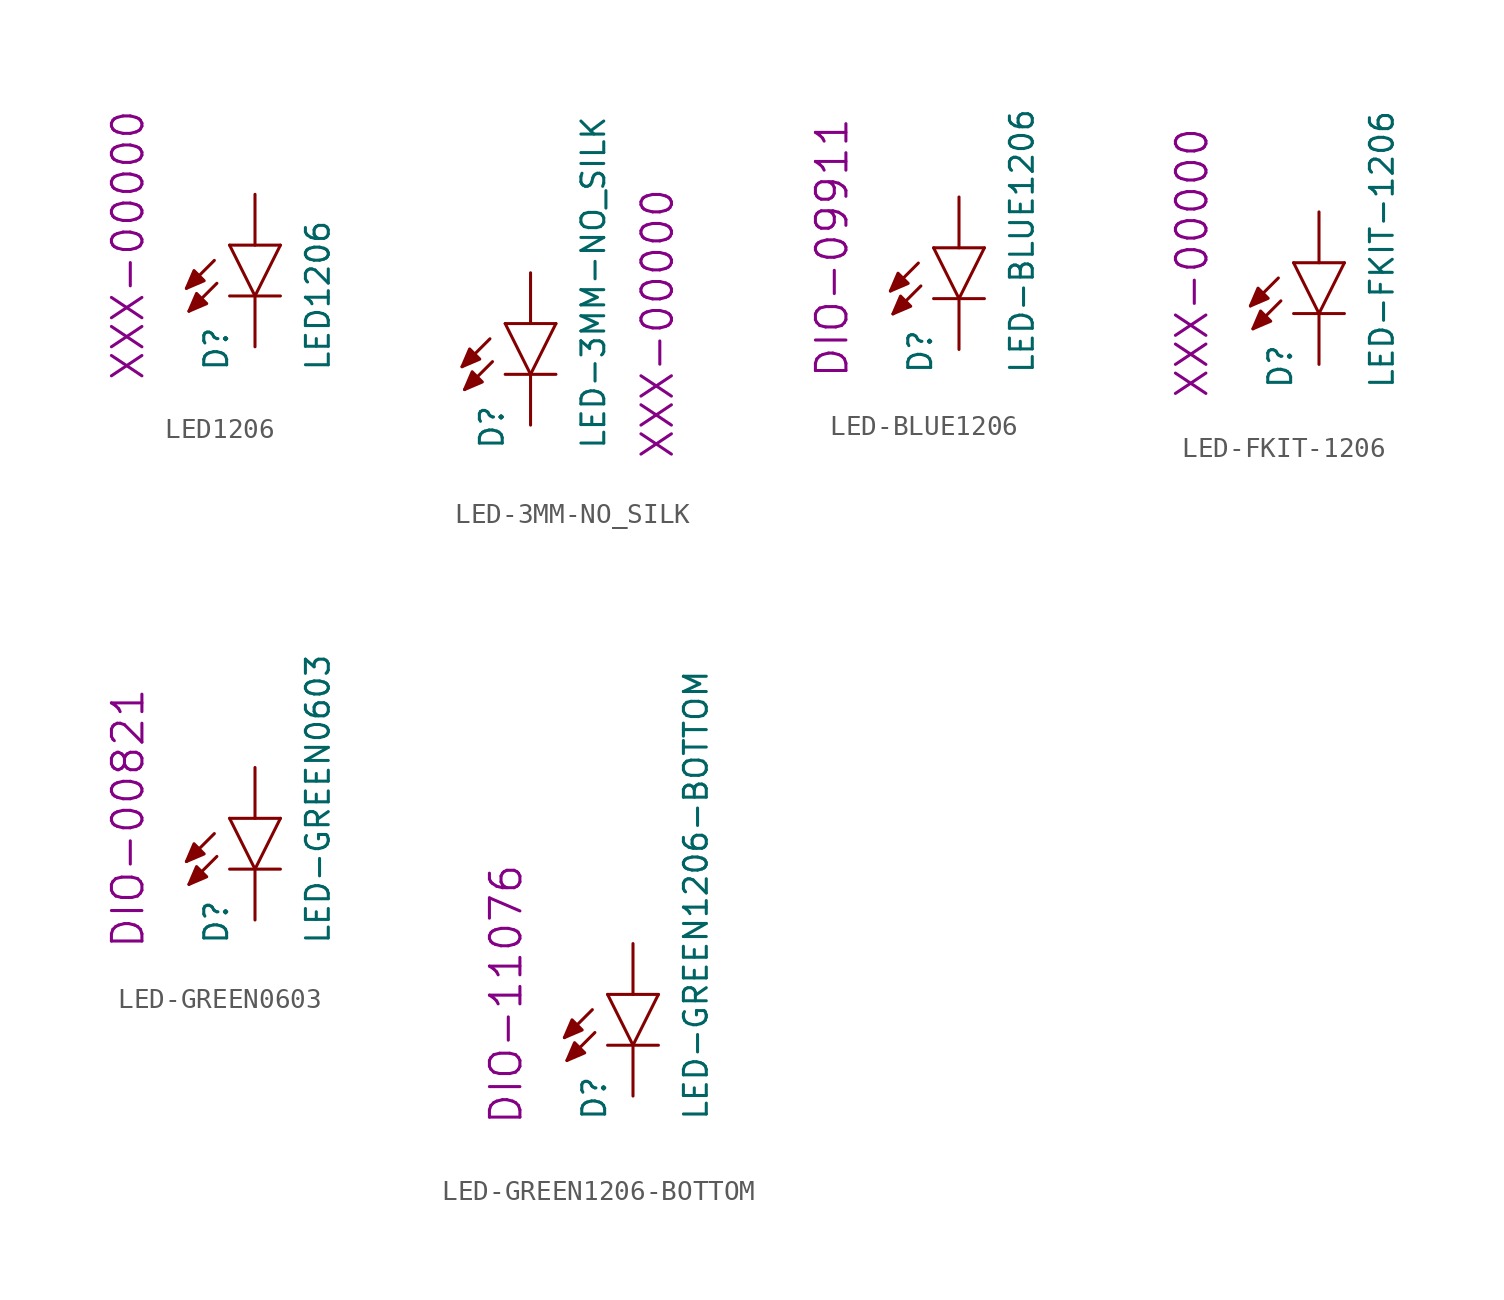
<source format=kicad_sym>
(kicad_symbol_lib
  (version 20211014)
  (generator kicad_symbol_editor)
  (symbol "LED1206"
    (pin_numbers hide)
    (pin_names
      (offset 1.016) hide)
    (property "Reference" "D"
      (at -1.27 -6.35 90)
      (effects (font (size 1.143 1.143)) (justify left bottom)))
    (property "Value" "LED1206"
      (at 3.81 -6.35 90)
      (effects (font (size 1.143 1.143)) (justify left bottom)))
    (property "Field4" "XXX-00000"
      (at -6.35 0 90)
      (effects (font (size 1.524 1.524))))
    (property "ki_locked" ""
      (at 0 0 0)
      (effects (font (size 1.27 1.27))))
    (symbol "LED1206_1_0"
      (polyline (pts (xy -2.032 -0.762) (xy -3.429 -2.159)) (stroke (width 0) (type default) (color 0 0 0 0)) (fill (type none)))
      (polyline (pts (xy -1.905 -1.905) (xy -3.302 -3.302)) (stroke (width 0) (type default) (color 0 0 0 0)) (fill (type none)))
      (polyline (pts (xy 0 -2.54) (xy -1.27 -2.54)) (stroke (width 0) (type default) (color 0 0 0 0)) (fill (type none)))
      (polyline (pts (xy 0 -2.54) (xy -1.27 0)) (stroke (width 0) (type default) (color 0 0 0 0)) (fill (type none)))
      (polyline (pts (xy 1.27 -2.54) (xy 0 -2.54)) (stroke (width 0) (type default) (color 0 0 0 0)) (fill (type none)))
      (polyline (pts (xy 1.27 0) (xy -1.27 0)) (stroke (width 0) (type default) (color 0 0 0 0)) (fill (type none)))
      (polyline (pts (xy 1.27 0) (xy 0 -2.54)) (stroke (width 0) (type default) (color 0 0 0 0)) (fill (type none))))
    (symbol "LED1206_1_1"
      (polyline (pts (xy -3.429 -2.159) (xy -3.048 -1.27) (xy -3.048 -1.27) (xy -2.54 -1.778) (xy -2.54 -1.778) (xy -3.429 -2.159)) (stroke (width 0) (type default) (color 0 0 0 0)) (fill (type outline)))
      (polyline (pts (xy -3.302 -3.302) (xy -2.921 -2.413) (xy -2.921 -2.413) (xy -2.413 -2.921) (xy -2.413 -2.921) (xy -3.302 -3.302)) (stroke (width 0) (type default) (color 0 0 0 0)) (fill (type outline)))
      (pin passive line (at 0 2.54 270) (length 2.54) (name "A" (effects (font (size 1.016 1.016)))) (number "A" (effects (font (size 1.016 1.016)))))
      (pin passive line (at 0 -5.08 90) (length 2.54) (name "C" (effects (font (size 1.016 1.016)))) (number "C" (effects (font (size 1.016 1.016)))))))
  (symbol "LED-3MM-NO_SILK"
    (pin_numbers hide)
    (pin_names
      (offset 1.016) hide)
    (property "Reference" "D"
      (at -1.27 -6.35 90)
      (effects (font (size 1.143 1.143)) (justify left bottom)))
    (property "Value" "LED-3MM-NO_SILK"
      (at 3.81 -6.35 90)
      (effects (font (size 1.143 1.143)) (justify left bottom)))
    (property "Field4" "XXX-00000"
      (at 6.35 0 90)
      (effects (font (size 1.524 1.524))))
    (property "ki_locked" ""
      (at 0 0 0)
      (effects (font (size 1.27 1.27))))
    (symbol "LED-3MM-NO_SILK_1_0"
      (polyline (pts (xy -2.032 -0.762) (xy -3.429 -2.159)) (stroke (width 0) (type default) (color 0 0 0 0)) (fill (type none)))
      (polyline (pts (xy -1.905 -1.905) (xy -3.302 -3.302)) (stroke (width 0) (type default) (color 0 0 0 0)) (fill (type none)))
      (polyline (pts (xy 0 -2.54) (xy -1.27 -2.54)) (stroke (width 0) (type default) (color 0 0 0 0)) (fill (type none)))
      (polyline (pts (xy 0 -2.54) (xy -1.27 0)) (stroke (width 0) (type default) (color 0 0 0 0)) (fill (type none)))
      (polyline (pts (xy 1.27 -2.54) (xy 0 -2.54)) (stroke (width 0) (type default) (color 0 0 0 0)) (fill (type none)))
      (polyline (pts (xy 1.27 0) (xy -1.27 0)) (stroke (width 0) (type default) (color 0 0 0 0)) (fill (type none)))
      (polyline (pts (xy 1.27 0) (xy 0 -2.54)) (stroke (width 0) (type default) (color 0 0 0 0)) (fill (type none))))
    (symbol "LED-3MM-NO_SILK_1_1"
      (polyline (pts (xy -3.429 -2.159) (xy -3.048 -1.27) (xy -3.048 -1.27) (xy -2.54 -1.778) (xy -2.54 -1.778) (xy -3.429 -2.159)) (stroke (width 0) (type default) (color 0 0 0 0)) (fill (type outline)))
      (polyline (pts (xy -3.302 -3.302) (xy -2.921 -2.413) (xy -2.921 -2.413) (xy -2.413 -2.921) (xy -2.413 -2.921) (xy -3.302 -3.302)) (stroke (width 0) (type default) (color 0 0 0 0)) (fill (type outline)))
      (pin passive line (at 0 2.54 270) (length 2.54) (name "A" (effects (font (size 1.016 1.016)))) (number "A" (effects (font (size 1.016 1.016)))))
      (pin passive line (at 0 -5.08 90) (length 2.54) (name "C" (effects (font (size 1.016 1.016)))) (number "K" (effects (font (size 1.016 1.016)))))))
  (symbol "LED-BLUE1206"
    (pin_numbers hide)
    (pin_names
      (offset 1.016) hide)
    (property "Reference" "D"
      (at -1.27 -6.35 90)
      (effects (font (size 1.143 1.143)) (justify left bottom)))
    (property "Value" "LED-BLUE1206"
      (at 3.81 -6.35 90)
      (effects (font (size 1.143 1.143)) (justify left bottom)))
    (property "Field4" "DIO-09911"
      (at -6.35 0 90)
      (effects (font (size 1.524 1.524))))
    (property "ki_locked" ""
      (at 0 0 0)
      (effects (font (size 1.27 1.27))))
    (symbol "LED-BLUE1206_1_0"
      (polyline (pts (xy -2.032 -0.762) (xy -3.429 -2.159)) (stroke (width 0) (type default) (color 0 0 0 0)) (fill (type none)))
      (polyline (pts (xy -1.905 -1.905) (xy -3.302 -3.302)) (stroke (width 0) (type default) (color 0 0 0 0)) (fill (type none)))
      (polyline (pts (xy 0 -2.54) (xy -1.27 -2.54)) (stroke (width 0) (type default) (color 0 0 0 0)) (fill (type none)))
      (polyline (pts (xy 0 -2.54) (xy -1.27 0)) (stroke (width 0) (type default) (color 0 0 0 0)) (fill (type none)))
      (polyline (pts (xy 1.27 -2.54) (xy 0 -2.54)) (stroke (width 0) (type default) (color 0 0 0 0)) (fill (type none)))
      (polyline (pts (xy 1.27 0) (xy -1.27 0)) (stroke (width 0) (type default) (color 0 0 0 0)) (fill (type none)))
      (polyline (pts (xy 1.27 0) (xy 0 -2.54)) (stroke (width 0) (type default) (color 0 0 0 0)) (fill (type none))))
    (symbol "LED-BLUE1206_1_1"
      (polyline (pts (xy -3.429 -2.159) (xy -3.048 -1.27) (xy -3.048 -1.27) (xy -2.54 -1.778) (xy -2.54 -1.778) (xy -3.429 -2.159)) (stroke (width 0) (type default) (color 0 0 0 0)) (fill (type outline)))
      (polyline (pts (xy -3.302 -3.302) (xy -2.921 -2.413) (xy -2.921 -2.413) (xy -2.413 -2.921) (xy -2.413 -2.921) (xy -3.302 -3.302)) (stroke (width 0) (type default) (color 0 0 0 0)) (fill (type outline)))
      (pin passive line (at 0 2.54 270) (length 2.54) (name "A" (effects (font (size 1.016 1.016)))) (number "A" (effects (font (size 1.016 1.016)))))
      (pin passive line (at 0 -5.08 90) (length 2.54) (name "C" (effects (font (size 1.016 1.016)))) (number "C" (effects (font (size 1.016 1.016)))))))
  (symbol "LED-FKIT-1206"
    (pin_numbers hide)
    (pin_names
      (offset 1.016) hide)
    (property "Reference" "D"
      (at -1.27 -6.35 90)
      (effects (font (size 1.143 1.143)) (justify left bottom)))
    (property "Value" "LED-FKIT-1206"
      (at 3.81 -6.35 90)
      (effects (font (size 1.143 1.143)) (justify left bottom)))
    (property "Field4" "XXX-00000"
      (at -6.35 0 90)
      (effects (font (size 1.524 1.524))))
    (property "ki_locked" ""
      (at 0 0 0)
      (effects (font (size 1.27 1.27))))
    (symbol "LED-FKIT-1206_1_0"
      (polyline (pts (xy -2.032 -0.762) (xy -3.429 -2.159)) (stroke (width 0) (type default) (color 0 0 0 0)) (fill (type none)))
      (polyline (pts (xy -1.905 -1.905) (xy -3.302 -3.302)) (stroke (width 0) (type default) (color 0 0 0 0)) (fill (type none)))
      (polyline (pts (xy 0 -2.54) (xy -1.27 -2.54)) (stroke (width 0) (type default) (color 0 0 0 0)) (fill (type none)))
      (polyline (pts (xy 0 -2.54) (xy -1.27 0)) (stroke (width 0) (type default) (color 0 0 0 0)) (fill (type none)))
      (polyline (pts (xy 1.27 -2.54) (xy 0 -2.54)) (stroke (width 0) (type default) (color 0 0 0 0)) (fill (type none)))
      (polyline (pts (xy 1.27 0) (xy -1.27 0)) (stroke (width 0) (type default) (color 0 0 0 0)) (fill (type none)))
      (polyline (pts (xy 1.27 0) (xy 0 -2.54)) (stroke (width 0) (type default) (color 0 0 0 0)) (fill (type none))))
    (symbol "LED-FKIT-1206_1_1"
      (polyline (pts (xy -3.429 -2.159) (xy -3.048 -1.27) (xy -3.048 -1.27) (xy -2.54 -1.778) (xy -2.54 -1.778) (xy -3.429 -2.159)) (stroke (width 0) (type default) (color 0 0 0 0)) (fill (type outline)))
      (polyline (pts (xy -3.302 -3.302) (xy -2.921 -2.413) (xy -2.921 -2.413) (xy -2.413 -2.921) (xy -2.413 -2.921) (xy -3.302 -3.302)) (stroke (width 0) (type default) (color 0 0 0 0)) (fill (type outline)))
      (pin passive line (at 0 2.54 270) (length 2.54) (name "A" (effects (font (size 1.016 1.016)))) (number "A" (effects (font (size 1.016 1.016)))))
      (pin passive line (at 0 -5.08 90) (length 2.54) (name "C" (effects (font (size 1.016 1.016)))) (number "C" (effects (font (size 1.016 1.016)))))))
  (symbol "LED-GREEN0603"
    (pin_numbers hide)
    (pin_names
      (offset 1.016) hide)
    (property "Reference" "D"
      (at -1.27 -6.35 90)
      (effects (font (size 1.143 1.143)) (justify left bottom)))
    (property "Value" "LED-GREEN0603"
      (at 3.81 -6.35 90)
      (effects (font (size 1.143 1.143)) (justify left bottom)))
    (property "Field4" "DIO-00821"
      (at -6.35 0 90)
      (effects (font (size 1.524 1.524))))
    (property "ki_locked" ""
      (at 0 0 0)
      (effects (font (size 1.27 1.27))))
    (symbol "LED-GREEN0603_1_0"
      (polyline (pts (xy -2.032 -0.762) (xy -3.429 -2.159)) (stroke (width 0) (type default) (color 0 0 0 0)) (fill (type none)))
      (polyline (pts (xy -1.905 -1.905) (xy -3.302 -3.302)) (stroke (width 0) (type default) (color 0 0 0 0)) (fill (type none)))
      (polyline (pts (xy 0 -2.54) (xy -1.27 -2.54)) (stroke (width 0) (type default) (color 0 0 0 0)) (fill (type none)))
      (polyline (pts (xy 0 -2.54) (xy -1.27 0)) (stroke (width 0) (type default) (color 0 0 0 0)) (fill (type none)))
      (polyline (pts (xy 1.27 -2.54) (xy 0 -2.54)) (stroke (width 0) (type default) (color 0 0 0 0)) (fill (type none)))
      (polyline (pts (xy 1.27 0) (xy -1.27 0)) (stroke (width 0) (type default) (color 0 0 0 0)) (fill (type none)))
      (polyline (pts (xy 1.27 0) (xy 0 -2.54)) (stroke (width 0) (type default) (color 0 0 0 0)) (fill (type none))))
    (symbol "LED-GREEN0603_1_1"
      (polyline (pts (xy -3.429 -2.159) (xy -3.048 -1.27) (xy -3.048 -1.27) (xy -2.54 -1.778) (xy -2.54 -1.778) (xy -3.429 -2.159)) (stroke (width 0) (type default) (color 0 0 0 0)) (fill (type outline)))
      (polyline (pts (xy -3.302 -3.302) (xy -2.921 -2.413) (xy -2.921 -2.413) (xy -2.413 -2.921) (xy -2.413 -2.921) (xy -3.302 -3.302)) (stroke (width 0) (type default) (color 0 0 0 0)) (fill (type outline)))
      (pin passive line (at 0 2.54 270) (length 2.54) (name "A" (effects (font (size 1.016 1.016)))) (number "A" (effects (font (size 1.016 1.016)))))
      (pin passive line (at 0 -5.08 90) (length 2.54) (name "C" (effects (font (size 1.016 1.016)))) (number "C" (effects (font (size 1.016 1.016)))))))
  (symbol "LED-GREEN1206-BOTTOM"
    (pin_numbers hide)
    (pin_names
      (offset 1.016) hide)
    (property "Reference" "D"
      (at -1.27 -6.35 90)
      (effects (font (size 1.143 1.143)) (justify left bottom)))
    (property "Value" "LED-GREEN1206-BOTTOM"
      (at 3.81 -6.35 90)
      (effects (font (size 1.143 1.143)) (justify left bottom)))
    (property "Field4" "DIO-11076"
      (at -6.35 0 90)
      (effects (font (size 1.524 1.524))))
    (property "ki_locked" ""
      (at 0 0 0)
      (effects (font (size 1.27 1.27))))
    (symbol "LED-GREEN1206-BOTTOM_1_0"
      (polyline (pts (xy -2.032 -0.762) (xy -3.429 -2.159)) (stroke (width 0) (type default) (color 0 0 0 0)) (fill (type none)))
      (polyline (pts (xy -1.905 -1.905) (xy -3.302 -3.302)) (stroke (width 0) (type default) (color 0 0 0 0)) (fill (type none)))
      (polyline (pts (xy 0 -2.54) (xy -1.27 -2.54)) (stroke (width 0) (type default) (color 0 0 0 0)) (fill (type none)))
      (polyline (pts (xy 0 -2.54) (xy -1.27 0)) (stroke (width 0) (type default) (color 0 0 0 0)) (fill (type none)))
      (polyline (pts (xy 1.27 -2.54) (xy 0 -2.54)) (stroke (width 0) (type default) (color 0 0 0 0)) (fill (type none)))
      (polyline (pts (xy 1.27 0) (xy -1.27 0)) (stroke (width 0) (type default) (color 0 0 0 0)) (fill (type none)))
      (polyline (pts (xy 1.27 0) (xy 0 -2.54)) (stroke (width 0) (type default) (color 0 0 0 0)) (fill (type none))))
    (symbol "LED-GREEN1206-BOTTOM_1_1"
      (polyline (pts (xy -3.429 -2.159) (xy -3.048 -1.27) (xy -3.048 -1.27) (xy -2.54 -1.778) (xy -2.54 -1.778) (xy -3.429 -2.159)) (stroke (width 0) (type default) (color 0 0 0 0)) (fill (type outline)))
      (polyline (pts (xy -3.302 -3.302) (xy -2.921 -2.413) (xy -2.921 -2.413) (xy -2.413 -2.921) (xy -2.413 -2.921) (xy -3.302 -3.302)) (stroke (width 0) (type default) (color 0 0 0 0)) (fill (type outline)))
      (pin passive line (at 0 2.54 270) (length 2.54) (name "A" (effects (font (size 1.016 1.016)))) (number "A" (effects (font (size 1.016 1.016)))))
      (pin passive line (at 0 -5.08 90) (length 2.54) (name "C" (effects (font (size 1.016 1.016)))) (number "C" (effects (font (size 1.016 1.016))))))))
</source>
